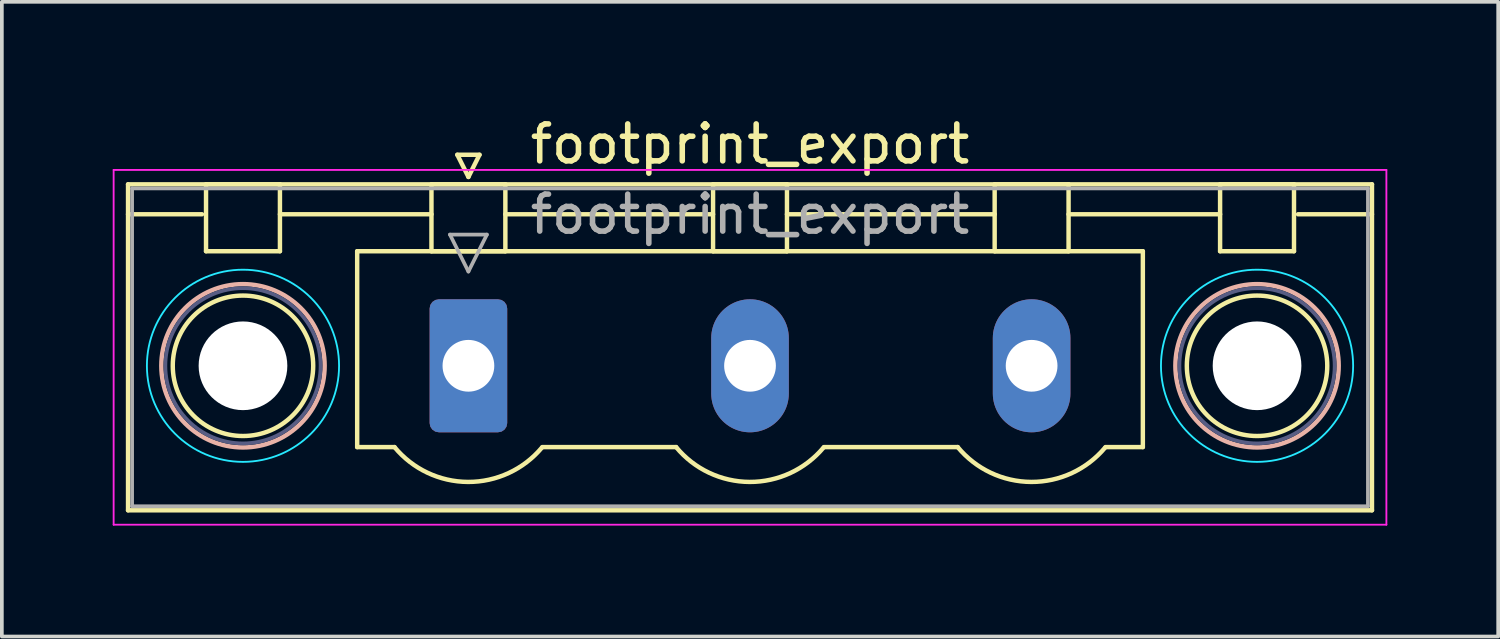
<source format=kicad_pcb>
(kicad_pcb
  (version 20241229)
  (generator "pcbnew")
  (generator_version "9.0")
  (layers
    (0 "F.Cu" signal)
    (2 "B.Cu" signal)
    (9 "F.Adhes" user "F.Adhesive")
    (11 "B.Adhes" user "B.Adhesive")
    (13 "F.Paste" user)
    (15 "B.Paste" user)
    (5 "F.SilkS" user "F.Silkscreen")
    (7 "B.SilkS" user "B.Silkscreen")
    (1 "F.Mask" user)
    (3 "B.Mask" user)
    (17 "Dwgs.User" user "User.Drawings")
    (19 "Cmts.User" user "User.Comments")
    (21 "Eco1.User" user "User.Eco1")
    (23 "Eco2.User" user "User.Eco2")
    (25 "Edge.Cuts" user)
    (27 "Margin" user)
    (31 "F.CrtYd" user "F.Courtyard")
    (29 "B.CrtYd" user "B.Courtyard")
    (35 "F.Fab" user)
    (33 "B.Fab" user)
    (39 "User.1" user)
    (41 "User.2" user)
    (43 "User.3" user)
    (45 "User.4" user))
  (footprint "footprint_export"
    (layer "F.Cu")
    (at 9.625 6.848)
    (property "Reference" "footprint_export" (at 7.62 -6 0) (layer "F.SilkS") (effects (font (size 1 1) (thickness 0.15))))
    (attr through_hole)
    (fp_line (start -9.21 -4.91) (end -9.21 3.91) (stroke (width 0.12) (type solid)) (layer "F.SilkS"))
    (fp_line (start -9.21 -4.1) (end -7.21 -4.1) (stroke (width 0.12) (type solid)) (layer "F.SilkS"))
    (fp_line (start -9.21 3.91) (end 24.45 3.91) (stroke (width 0.12) (type solid)) (layer "F.SilkS"))
    (fp_line (start -7.1 -4.91) (end -5.1 -4.91) (stroke (width 0.12) (type solid)) (layer "F.SilkS"))
    (fp_line (start -7.1 -3.1) (end -7.1 -4.91) (stroke (width 0.12) (type solid)) (layer "F.SilkS"))
    (fp_line (start -5.1 -4.91) (end -5.1 -3.1) (stroke (width 0.12) (type solid)) (layer "F.SilkS"))
    (fp_line (start -5.1 -4.1) (end -1 -4.1) (stroke (width 0.12) (type solid)) (layer "F.SilkS"))
    (fp_line (start -5.1 -3.1) (end -7.1 -3.1) (stroke (width 0.12) (type solid)) (layer "F.SilkS"))
    (fp_line (start -3.01 -3.1) (end 18.25 -3.1) (stroke (width 0.12) (type solid)) (layer "F.SilkS"))
    (fp_line (start -3.01 2.2) (end -3.01 -3.1) (stroke (width 0.12) (type solid)) (layer "F.SilkS"))
    (fp_line (start -2 2.2) (end -3.01 2.2) (stroke (width 0.12) (type solid)) (layer "F.SilkS"))
    (fp_line (start -1 -4.91) (end 1 -4.91) (stroke (width 0.12) (type solid)) (layer "F.SilkS"))
    (fp_line (start -1 -3.1) (end -1 -4.91) (stroke (width 0.12) (type solid)) (layer "F.SilkS"))
    (fp_line (start -0.3 -5.71) (end 0.3 -5.71) (stroke (width 0.12) (type solid)) (layer "F.SilkS"))
    (fp_line (start 0 -5.11) (end -0.3 -5.71) (stroke (width 0.12) (type solid)) (layer "F.SilkS"))
    (fp_line (start 0.3 -5.71) (end 0 -5.11) (stroke (width 0.12) (type solid)) (layer "F.SilkS"))
    (fp_line (start 1 -4.91) (end 1 -3.1) (stroke (width 0.12) (type solid)) (layer "F.SilkS"))
    (fp_line (start 1 -4.1) (end 6.62 -4.1) (stroke (width 0.12) (type solid)) (layer "F.SilkS"))
    (fp_line (start 1 -3.1) (end -1 -3.1) (stroke (width 0.12) (type solid)) (layer "F.SilkS"))
    (fp_line (start 2 2.2) (end 5.62 2.2) (stroke (width 0.12) (type solid)) (layer "F.SilkS"))
    (fp_line (start 6.62 -4.91) (end 8.62 -4.91) (stroke (width 0.12) (type solid)) (layer "F.SilkS"))
    (fp_line (start 6.62 -3.1) (end 6.62 -4.91) (stroke (width 0.12) (type solid)) (layer "F.SilkS"))
    (fp_line (start 8.62 -4.91) (end 8.62 -3.1) (stroke (width 0.12) (type solid)) (layer "F.SilkS"))
    (fp_line (start 8.62 -4.1) (end 14.24 -4.1) (stroke (width 0.12) (type solid)) (layer "F.SilkS"))
    (fp_line (start 8.62 -3.1) (end 6.62 -3.1) (stroke (width 0.12) (type solid)) (layer "F.SilkS"))
    (fp_line (start 9.62 2.2) (end 13.24 2.2) (stroke (width 0.12) (type solid)) (layer "F.SilkS"))
    (fp_line (start 14.24 -4.91) (end 16.24 -4.91) (stroke (width 0.12) (type solid)) (layer "F.SilkS"))
    (fp_line (start 14.24 -3.1) (end 14.24 -4.91) (stroke (width 0.12) (type solid)) (layer "F.SilkS"))
    (fp_line (start 16.24 -4.91) (end 16.24 -3.1) (stroke (width 0.12) (type solid)) (layer "F.SilkS"))
    (fp_line (start 16.24 -4.1) (end 20.34 -4.1) (stroke (width 0.12) (type solid)) (layer "F.SilkS"))
    (fp_line (start 16.24 -3.1) (end 14.24 -3.1) (stroke (width 0.12) (type solid)) (layer "F.SilkS"))
    (fp_line (start 18.25 -3.1) (end 18.25 2.2) (stroke (width 0.12) (type solid)) (layer "F.SilkS"))
    (fp_line (start 18.25 2.2) (end 17.24 2.2) (stroke (width 0.12) (type solid)) (layer "F.SilkS"))
    (fp_line (start 20.34 -4.91) (end 22.34 -4.91) (stroke (width 0.12) (type solid)) (layer "F.SilkS"))
    (fp_line (start 20.34 -3.1) (end 20.34 -4.91) (stroke (width 0.12) (type solid)) (layer "F.SilkS"))
    (fp_line (start 22.34 -4.91) (end 22.34 -3.1) (stroke (width 0.12) (type solid)) (layer "F.SilkS"))
    (fp_line (start 22.34 -3.1) (end 20.34 -3.1) (stroke (width 0.12) (type solid)) (layer "F.SilkS"))
    (fp_line (start 24.45 -4.91) (end -9.21 -4.91) (stroke (width 0.12) (type solid)) (layer "F.SilkS"))
    (fp_line (start 24.45 -4.1) (end 22.45 -4.1) (stroke (width 0.12) (type solid)) (layer "F.SilkS"))
    (fp_line (start 24.45 3.91) (end 24.45 -4.91) (stroke (width 0.12) (type solid)) (layer "F.SilkS"))
    (fp_arc (start 1.986842 2.215821) (mid -0.010289 3.142758) (end -2 2.2) (stroke (width 0.12) (type solid)) (layer "F.SilkS"))
    (fp_arc (start 9.606842 2.215821) (mid 7.609711 3.142758) (end 5.62 2.2) (stroke (width 0.12) (type solid)) (layer "F.SilkS"))
    (fp_arc (start 17.226842 2.215821) (mid 15.229711 3.142758) (end 13.24 2.2) (stroke (width 0.12) (type solid)) (layer "F.SilkS"))
    (fp_circle (center -6.1 0) (end -4.2 0) (stroke (width 0.12) (type solid)) (fill no) (layer "F.SilkS"))
    (fp_circle (center 21.34 0) (end 23.24 0) (stroke (width 0.12) (type solid)) (fill no) (layer "F.SilkS"))
    (fp_circle (center -6.1 0) (end -3.89 0) (stroke (width 0.12) (type solid)) (fill no) (layer "B.SilkS"))
    (fp_circle (center 21.34 0) (end 23.55 0) (stroke (width 0.12) (type solid)) (fill no) (layer "B.SilkS"))
    (fp_circle (center -6.1 0) (end -3.5 0) (stroke (width 0.05) (type solid)) (fill no) (layer "B.CrtYd"))
    (fp_circle (center 21.34 0) (end 23.94 0) (stroke (width 0.05) (type solid)) (fill no) (layer "B.CrtYd"))
    (fp_line (start -9.6 -5.3) (end -9.6 4.3) (stroke (width 0.05) (type solid)) (layer "F.CrtYd"))
    (fp_line (start -9.6 4.3) (end 24.84 4.3) (stroke (width 0.05) (type solid)) (layer "F.CrtYd"))
    (fp_line (start 24.84 -5.3) (end -9.6 -5.3) (stroke (width 0.05) (type solid)) (layer "F.CrtYd"))
    (fp_line (start 24.84 4.3) (end 24.84 -5.3) (stroke (width 0.05) (type solid)) (layer "F.CrtYd"))
    (fp_circle (center -6.1 0) (end -4 0) (stroke (width 0.1) (type solid)) (fill no) (layer "B.Fab"))
    (fp_circle (center 21.34 0) (end 23.44 0) (stroke (width 0.1) (type solid)) (fill no) (layer "B.Fab"))
    (fp_line (start -9.1 -4.8) (end -9.1 3.8) (stroke (width 0.1) (type solid)) (layer "F.Fab"))
    (fp_line (start -9.1 3.8) (end 24.34 3.8) (stroke (width 0.1) (type solid)) (layer "F.Fab"))
    (fp_line (start -0.5 -3.55) (end 0.5 -3.55) (stroke (width 0.1) (type solid)) (layer "F.Fab"))
    (fp_line (start 0 -2.55) (end -0.5 -3.55) (stroke (width 0.1) (type solid)) (layer "F.Fab"))
    (fp_line (start 0.5 -3.55) (end 0 -2.55) (stroke (width 0.1) (type solid)) (layer "F.Fab"))
    (fp_line (start 24.34 -4.8) (end -9.1 -4.8) (stroke (width 0.1) (type solid)) (layer "F.Fab"))
    (fp_line (start 24.34 3.8) (end 24.34 -4.8) (stroke (width 0.1) (type solid)) (layer "F.Fab"))
    (fp_text user "${REFERENCE}" (at 7.62 -4.1 0) (layer "F.Fab") (effects (font (size 1 1) (thickness 0.15))))
    (pad "" np_thru_hole circle (at -6.1 0) (size 2.4 2.4) (drill 2.4) (layers "*.Cu" "*.Mask"))
    (pad "" np_thru_hole circle (at 21.34 0) (size 2.4 2.4) (drill 2.4) (layers "*.Cu" "*.Mask"))
    (pad "1" thru_hole roundrect (at 0 0) (size 2.1 3.6) (drill 1.4) (layers "*.Cu" "*.Mask") (roundrect_rratio 0.119))
    (pad "2" thru_hole oval (at 7.62 0) (size 2.1 3.6) (drill 1.4) (layers "*.Cu" "*.Mask"))
    (pad "3" thru_hole oval (at 15.24 0) (size 2.1 3.6) (drill 1.4) (layers "*.Cu" "*.Mask")))
  (gr_rect
    (start -3 -3)
    (end 37.49 14.173)
    (stroke (width 0.1) (type default))
    (fill no)
    (layer "Edge.Cuts")))
</source>
